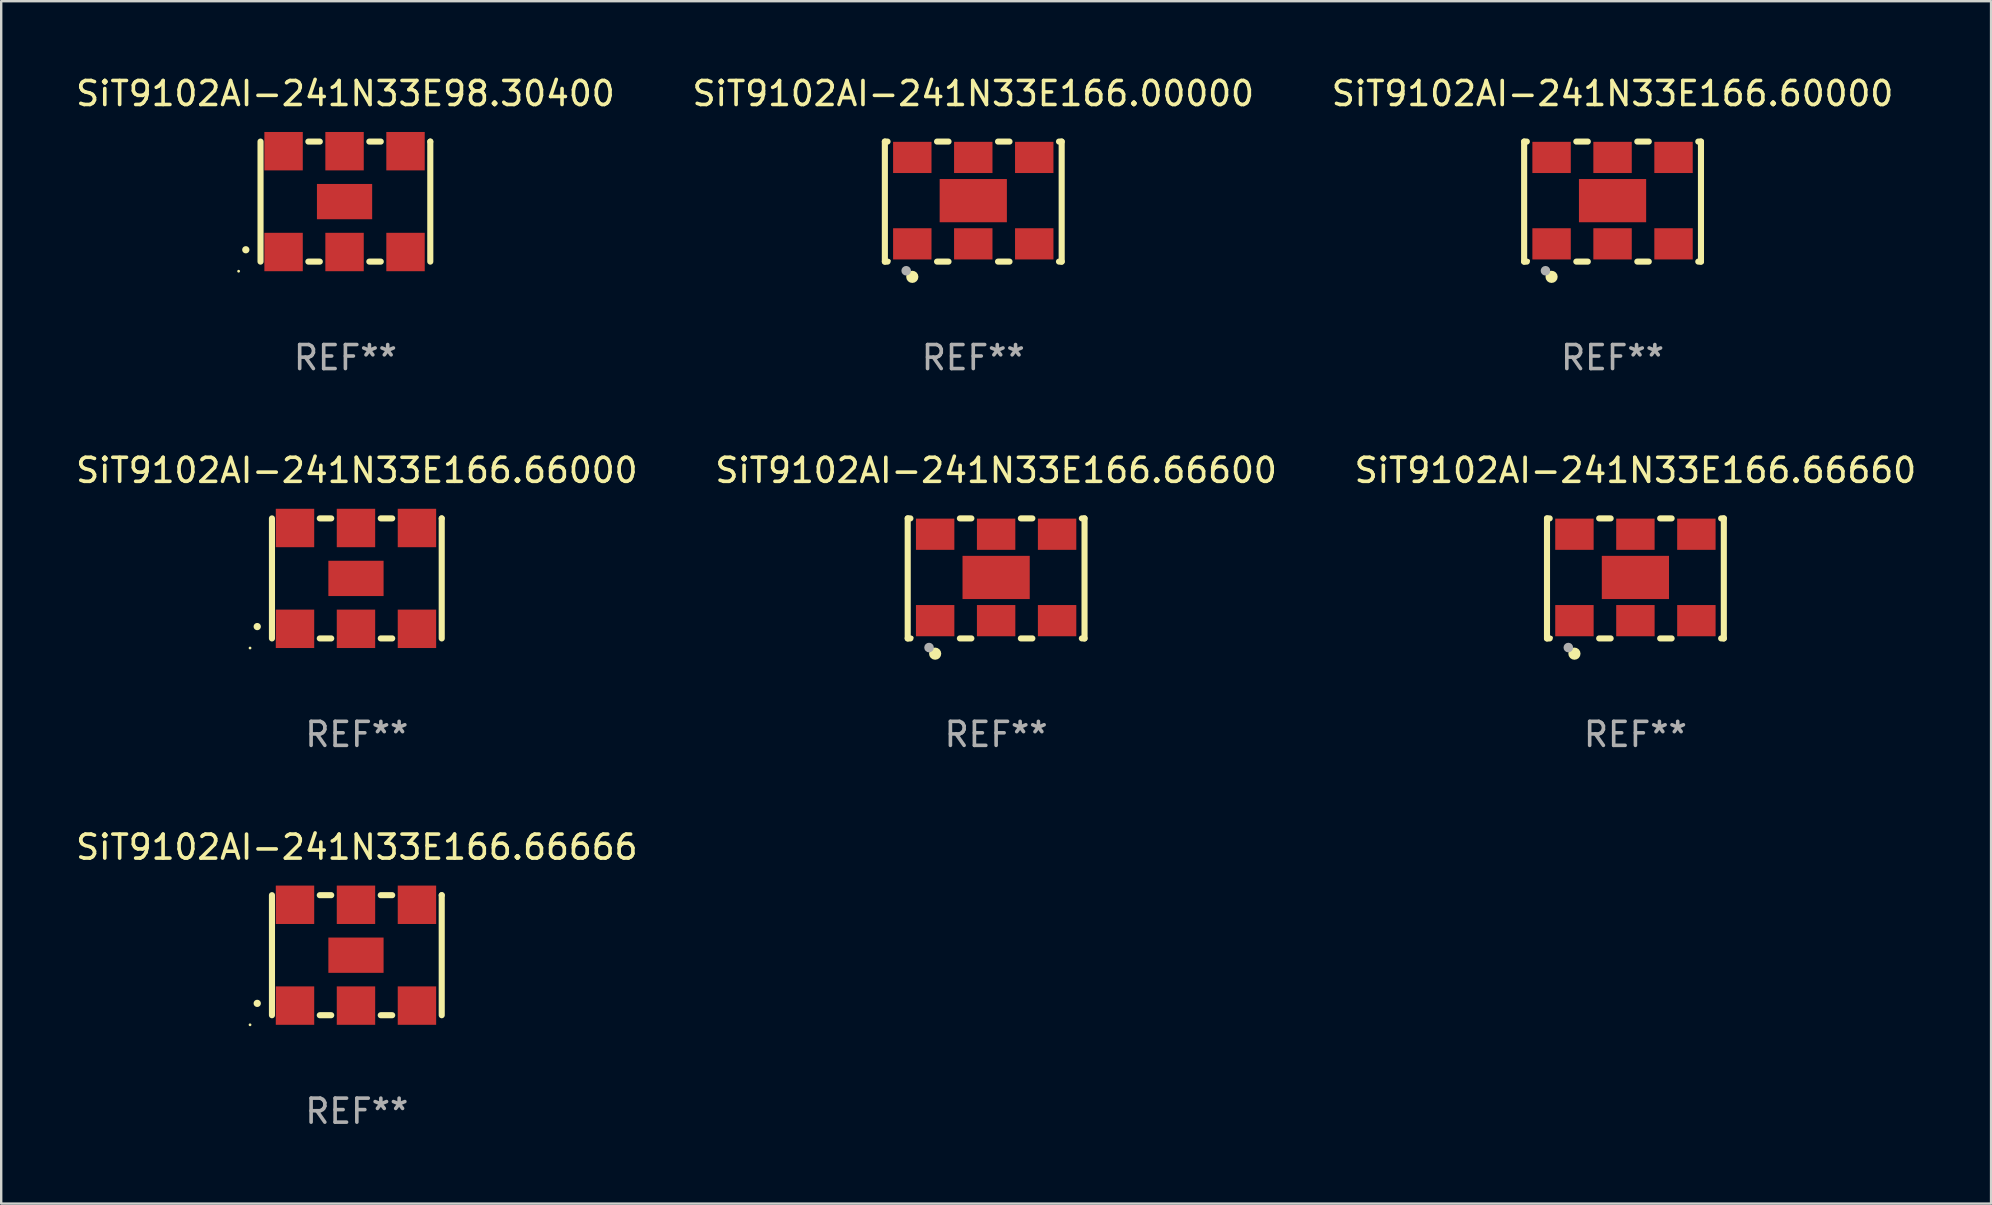
<source format=kicad_pcb>
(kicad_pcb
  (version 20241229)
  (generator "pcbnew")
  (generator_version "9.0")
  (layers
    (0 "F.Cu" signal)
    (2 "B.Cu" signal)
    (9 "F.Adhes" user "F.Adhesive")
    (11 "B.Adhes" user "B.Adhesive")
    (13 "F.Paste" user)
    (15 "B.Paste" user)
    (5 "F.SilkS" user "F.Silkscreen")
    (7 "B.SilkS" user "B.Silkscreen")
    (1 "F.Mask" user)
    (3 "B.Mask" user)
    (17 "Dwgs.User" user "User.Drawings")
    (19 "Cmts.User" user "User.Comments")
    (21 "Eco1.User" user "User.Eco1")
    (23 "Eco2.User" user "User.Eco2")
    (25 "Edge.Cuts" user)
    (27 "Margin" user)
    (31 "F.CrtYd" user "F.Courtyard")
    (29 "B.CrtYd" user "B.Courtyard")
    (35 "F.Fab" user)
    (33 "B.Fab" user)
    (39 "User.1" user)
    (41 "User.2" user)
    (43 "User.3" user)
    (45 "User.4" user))
  (footprint "SiT9102AI-241N33E166.60000"
    (layer "F.Cu")
    (at 64.125 5.348)
    (property "Reference" "SiT9102AI-241N33E166.60000" (at 0 -4.5 0) (layer "F.SilkS") (effects (font (size 1 1) (thickness 0.15))))
    (attr through_hole)
    (fp_line (start -3.683 -2.5) (end -3.571 -2.5) (stroke (width 0.254) (type solid)) (layer "F.SilkS"))
    (fp_line (start -3.683 2.5) (end -3.683 -2.5) (stroke (width 0.254) (type solid)) (layer "F.SilkS"))
    (fp_line (start -3.683 2.5) (end -3.571 2.5) (stroke (width 0.254) (type solid)) (layer "F.SilkS"))
    (fp_line (start -1.509 -2.5) (end -1.031 -2.5) (stroke (width 0.254) (type solid)) (layer "F.SilkS"))
    (fp_line (start -1.509 2.5) (end -1.031 2.5) (stroke (width 0.254) (type solid)) (layer "F.SilkS"))
    (fp_line (start 1.031 -2.5) (end 1.509 -2.5) (stroke (width 0.254) (type solid)) (layer "F.SilkS"))
    (fp_line (start 1.031 2.5) (end 1.509 2.5) (stroke (width 0.254) (type solid)) (layer "F.SilkS"))
    (fp_line (start 3.571 -2.5) (end 3.683 -2.5) (stroke (width 0.254) (type solid)) (layer "F.SilkS"))
    (fp_line (start 3.571 2.5) (end 3.683 2.5) (stroke (width 0.254) (type solid)) (layer "F.SilkS"))
    (fp_line (start 3.683 2.5) (end 3.683 -2.5) (stroke (width 0.254) (type solid)) (layer "F.SilkS"))
    (fp_circle (center -3.5 2.46) (end -3.47 2.46) (stroke (width 0.06) (type solid)) (fill no) (layer "F.SilkS"))
    (fp_circle (center -2.54 3.135) (end -2.413 3.135) (stroke (width 0.254) (type solid)) (fill no) (layer "F.SilkS"))
    (fp_circle (center -2.794 2.881) (end -2.694 2.881) (stroke (width 0.2) (type solid)) (fill no) (layer "F.Fab"))
    (fp_text user "REF**" (at 0 6.5 0) (layer "F.Fab") (effects (font (size 1 1) (thickness 0.15))))
    (pad "1" smd rect (at -2.54 1.76) (size 1.6 1.3) (layers "F.Cu" "F.Mask" "F.Paste"))
    (pad "2" smd rect (at 0 1.76) (size 1.6 1.3) (layers "F.Cu" "F.Mask" "F.Paste"))
    (pad "3" smd rect (at 2.54 1.76) (size 1.6 1.3) (layers "F.Cu" "F.Mask" "F.Paste"))
    (pad "4" smd rect (at 2.54 -1.84) (size 1.6 1.3) (layers "F.Cu" "F.Mask" "F.Paste"))
    (pad "5" smd rect (at 0 -1.84) (size 1.6 1.3) (layers "F.Cu" "F.Mask" "F.Paste"))
    (pad "6" smd rect (at -2.54 -1.84) (size 1.6 1.3) (layers "F.Cu" "F.Mask" "F.Paste"))
    (pad "7" smd rect (at 0 -0.04) (size 2.8 1.8) (layers "F.Cu" "F.Mask" "F.Paste")))
  (footprint "SiT9102AI-241N33E166.66666"
    (layer "F.Cu")
    (at 11.815 36.741)
    (property "Reference" "SiT9102AI-241N33E166.66666" (at 0 -4.5 0) (layer "F.SilkS") (effects (font (size 1 1) (thickness 0.15))))
    (attr through_hole)
    (fp_line (start -3.536 -2.5) (end -3.536 2.5) (stroke (width 0.254) (type solid)) (layer "F.SilkS"))
    (fp_line (start -1.544 2.5) (end -1.067 2.5) (stroke (width 0.254) (type solid)) (layer "F.SilkS"))
    (fp_line (start -1.067 -2.5) (end -1.544 -2.5) (stroke (width 0.254) (type solid)) (layer "F.SilkS"))
    (fp_line (start 0.996 2.5) (end 1.473 2.5) (stroke (width 0.254) (type solid)) (layer "F.SilkS"))
    (fp_line (start 1.473 -2.5) (end 0.996 -2.5) (stroke (width 0.254) (type solid)) (layer "F.SilkS"))
    (fp_line (start 3.536 -2.5) (end 3.536 -2.5) (stroke (width 0.254) (type solid)) (layer "F.SilkS"))
    (fp_line (start 3.536 2.5) (end 3.536 -2.5) (stroke (width 0.254) (type solid)) (layer "F.SilkS"))
    (fp_arc (start -4.150432 2.006604) (mid -4.149162 2.006599) (end -4.147892 2.006604) (stroke (width 0.3) (type solid)) (layer "F.SilkS"))
    (fp_circle (center -4.449 2.9) (end -4.419 2.9) (stroke (width 0.06) (type solid)) (fill no) (layer "F.SilkS"))
    (fp_text user "REF**" (at 0 6.5 0) (layer "F.Fab") (effects (font (size 1 1) (thickness 0.15))))
    (pad "1" smd rect (at -2.576 2.1) (size 1.6 1.6) (layers "F.Cu" "F.Mask" "F.Paste"))
    (pad "2" smd rect (at -0.036 2.1) (size 1.6 1.6) (layers "F.Cu" "F.Mask" "F.Paste"))
    (pad "3" smd rect (at 2.504 2.1) (size 1.6 1.6) (layers "F.Cu" "F.Mask" "F.Paste"))
    (pad "4" smd rect (at 2.504 -2.1) (size 1.6 1.6) (layers "F.Cu" "F.Mask" "F.Paste"))
    (pad "5" smd rect (at -0.036 -2.1) (size 1.6 1.6) (layers "F.Cu" "F.Mask" "F.Paste"))
    (pad "6" smd rect (at -2.576 -2.1) (size 1.6 1.6) (layers "F.Cu" "F.Mask" "F.Paste"))
    (pad "7" smd rect (at -0.036 0) (size 2.3 1.47) (layers "F.Cu" "F.Mask" "F.Paste")))
  (footprint "SiT9102AI-241N33E98.30400"
    (layer "F.Cu")
    (at 11.339 5.348)
    (property "Reference" "SiT9102AI-241N33E98.30400" (at 0 -4.5 0) (layer "F.SilkS") (effects (font (size 1 1) (thickness 0.15))))
    (attr through_hole)
    (fp_line (start -3.536 -2.5) (end -3.536 2.5) (stroke (width 0.254) (type solid)) (layer "F.SilkS"))
    (fp_line (start -1.544 2.5) (end -1.067 2.5) (stroke (width 0.254) (type solid)) (layer "F.SilkS"))
    (fp_line (start -1.067 -2.5) (end -1.544 -2.5) (stroke (width 0.254) (type solid)) (layer "F.SilkS"))
    (fp_line (start 0.996 2.5) (end 1.473 2.5) (stroke (width 0.254) (type solid)) (layer "F.SilkS"))
    (fp_line (start 1.473 -2.5) (end 0.996 -2.5) (stroke (width 0.254) (type solid)) (layer "F.SilkS"))
    (fp_line (start 3.536 -2.5) (end 3.536 -2.5) (stroke (width 0.254) (type solid)) (layer "F.SilkS"))
    (fp_line (start 3.536 2.5) (end 3.536 -2.5) (stroke (width 0.254) (type solid)) (layer "F.SilkS"))
    (fp_arc (start -4.150432 2.006604) (mid -4.149162 2.006599) (end -4.147892 2.006604) (stroke (width 0.3) (type solid)) (layer "F.SilkS"))
    (fp_circle (center -4.449 2.9) (end -4.419 2.9) (stroke (width 0.06) (type solid)) (fill no) (layer "F.SilkS"))
    (fp_text user "REF**" (at 0 6.5 0) (layer "F.Fab") (effects (font (size 1 1) (thickness 0.15))))
    (pad "1" smd rect (at -2.576 2.1) (size 1.6 1.6) (layers "F.Cu" "F.Mask" "F.Paste"))
    (pad "2" smd rect (at -0.036 2.1) (size 1.6 1.6) (layers "F.Cu" "F.Mask" "F.Paste"))
    (pad "3" smd rect (at 2.504 2.1) (size 1.6 1.6) (layers "F.Cu" "F.Mask" "F.Paste"))
    (pad "4" smd rect (at 2.504 -2.1) (size 1.6 1.6) (layers "F.Cu" "F.Mask" "F.Paste"))
    (pad "5" smd rect (at -0.036 -2.1) (size 1.6 1.6) (layers "F.Cu" "F.Mask" "F.Paste"))
    (pad "6" smd rect (at -2.576 -2.1) (size 1.6 1.6) (layers "F.Cu" "F.Mask" "F.Paste"))
    (pad "7" smd rect (at -0.036 0) (size 2.3 1.47) (layers "F.Cu" "F.Mask" "F.Paste")))
  (footprint "SiT9102AI-241N33E166.66000"
    (layer "F.Cu")
    (at 11.815 21.045)
    (property "Reference" "SiT9102AI-241N33E166.66000" (at 0 -4.5 0) (layer "F.SilkS") (effects (font (size 1 1) (thickness 0.15))))
    (attr through_hole)
    (fp_line (start -3.536 -2.5) (end -3.536 2.5) (stroke (width 0.254) (type solid)) (layer "F.SilkS"))
    (fp_line (start -1.544 2.5) (end -1.067 2.5) (stroke (width 0.254) (type solid)) (layer "F.SilkS"))
    (fp_line (start -1.067 -2.5) (end -1.544 -2.5) (stroke (width 0.254) (type solid)) (layer "F.SilkS"))
    (fp_line (start 0.996 2.5) (end 1.473 2.5) (stroke (width 0.254) (type solid)) (layer "F.SilkS"))
    (fp_line (start 1.473 -2.5) (end 0.996 -2.5) (stroke (width 0.254) (type solid)) (layer "F.SilkS"))
    (fp_line (start 3.536 -2.5) (end 3.536 -2.5) (stroke (width 0.254) (type solid)) (layer "F.SilkS"))
    (fp_line (start 3.536 2.5) (end 3.536 -2.5) (stroke (width 0.254) (type solid)) (layer "F.SilkS"))
    (fp_arc (start -4.150432 2.006604) (mid -4.149162 2.006599) (end -4.147892 2.006604) (stroke (width 0.3) (type solid)) (layer "F.SilkS"))
    (fp_circle (center -4.449 2.9) (end -4.419 2.9) (stroke (width 0.06) (type solid)) (fill no) (layer "F.SilkS"))
    (fp_text user "REF**" (at 0 6.5 0) (layer "F.Fab") (effects (font (size 1 1) (thickness 0.15))))
    (pad "1" smd rect (at -2.576 2.1) (size 1.6 1.6) (layers "F.Cu" "F.Mask" "F.Paste"))
    (pad "2" smd rect (at -0.036 2.1) (size 1.6 1.6) (layers "F.Cu" "F.Mask" "F.Paste"))
    (pad "3" smd rect (at 2.504 2.1) (size 1.6 1.6) (layers "F.Cu" "F.Mask" "F.Paste"))
    (pad "4" smd rect (at 2.504 -2.1) (size 1.6 1.6) (layers "F.Cu" "F.Mask" "F.Paste"))
    (pad "5" smd rect (at -0.036 -2.1) (size 1.6 1.6) (layers "F.Cu" "F.Mask" "F.Paste"))
    (pad "6" smd rect (at -2.576 -2.1) (size 1.6 1.6) (layers "F.Cu" "F.Mask" "F.Paste"))
    (pad "7" smd rect (at -0.036 0) (size 2.3 1.47) (layers "F.Cu" "F.Mask" "F.Paste")))
  (footprint "SiT9102AI-241N33E166.00000"
    (layer "F.Cu")
    (at 37.494 5.348)
    (property "Reference" "SiT9102AI-241N33E166.00000" (at 0 -4.5 0) (layer "F.SilkS") (effects (font (size 1 1) (thickness 0.15))))
    (attr through_hole)
    (fp_line (start -3.683 -2.5) (end -3.571 -2.5) (stroke (width 0.254) (type solid)) (layer "F.SilkS"))
    (fp_line (start -3.683 2.5) (end -3.683 -2.5) (stroke (width 0.254) (type solid)) (layer "F.SilkS"))
    (fp_line (start -3.683 2.5) (end -3.571 2.5) (stroke (width 0.254) (type solid)) (layer "F.SilkS"))
    (fp_line (start -1.509 -2.5) (end -1.031 -2.5) (stroke (width 0.254) (type solid)) (layer "F.SilkS"))
    (fp_line (start -1.509 2.5) (end -1.031 2.5) (stroke (width 0.254) (type solid)) (layer "F.SilkS"))
    (fp_line (start 1.031 -2.5) (end 1.509 -2.5) (stroke (width 0.254) (type solid)) (layer "F.SilkS"))
    (fp_line (start 1.031 2.5) (end 1.509 2.5) (stroke (width 0.254) (type solid)) (layer "F.SilkS"))
    (fp_line (start 3.571 -2.5) (end 3.683 -2.5) (stroke (width 0.254) (type solid)) (layer "F.SilkS"))
    (fp_line (start 3.571 2.5) (end 3.683 2.5) (stroke (width 0.254) (type solid)) (layer "F.SilkS"))
    (fp_line (start 3.683 2.5) (end 3.683 -2.5) (stroke (width 0.254) (type solid)) (layer "F.SilkS"))
    (fp_circle (center -3.5 2.46) (end -3.47 2.46) (stroke (width 0.06) (type solid)) (fill no) (layer "F.SilkS"))
    (fp_circle (center -2.54 3.135) (end -2.413 3.135) (stroke (width 0.254) (type solid)) (fill no) (layer "F.SilkS"))
    (fp_circle (center -2.794 2.881) (end -2.694 2.881) (stroke (width 0.2) (type solid)) (fill no) (layer "F.Fab"))
    (fp_text user "REF**" (at 0 6.5 0) (layer "F.Fab") (effects (font (size 1 1) (thickness 0.15))))
    (pad "1" smd rect (at -2.54 1.76) (size 1.6 1.3) (layers "F.Cu" "F.Mask" "F.Paste"))
    (pad "2" smd rect (at 0 1.76) (size 1.6 1.3) (layers "F.Cu" "F.Mask" "F.Paste"))
    (pad "3" smd rect (at 2.54 1.76) (size 1.6 1.3) (layers "F.Cu" "F.Mask" "F.Paste"))
    (pad "4" smd rect (at 2.54 -1.84) (size 1.6 1.3) (layers "F.Cu" "F.Mask" "F.Paste"))
    (pad "5" smd rect (at 0 -1.84) (size 1.6 1.3) (layers "F.Cu" "F.Mask" "F.Paste"))
    (pad "6" smd rect (at -2.54 -1.84) (size 1.6 1.3) (layers "F.Cu" "F.Mask" "F.Paste"))
    (pad "7" smd rect (at 0 -0.04) (size 2.8 1.8) (layers "F.Cu" "F.Mask" "F.Paste")))
  (footprint "SiT9102AI-241N33E166.66600"
    (layer "F.Cu")
    (at 38.446 21.045)
    (property "Reference" "SiT9102AI-241N33E166.66600" (at 0 -4.5 0) (layer "F.SilkS") (effects (font (size 1 1) (thickness 0.15))))
    (attr through_hole)
    (fp_line (start -3.683 -2.5) (end -3.571 -2.5) (stroke (width 0.254) (type solid)) (layer "F.SilkS"))
    (fp_line (start -3.683 2.5) (end -3.683 -2.5) (stroke (width 0.254) (type solid)) (layer "F.SilkS"))
    (fp_line (start -3.683 2.5) (end -3.571 2.5) (stroke (width 0.254) (type solid)) (layer "F.SilkS"))
    (fp_line (start -1.509 -2.5) (end -1.031 -2.5) (stroke (width 0.254) (type solid)) (layer "F.SilkS"))
    (fp_line (start -1.509 2.5) (end -1.031 2.5) (stroke (width 0.254) (type solid)) (layer "F.SilkS"))
    (fp_line (start 1.031 -2.5) (end 1.509 -2.5) (stroke (width 0.254) (type solid)) (layer "F.SilkS"))
    (fp_line (start 1.031 2.5) (end 1.509 2.5) (stroke (width 0.254) (type solid)) (layer "F.SilkS"))
    (fp_line (start 3.571 -2.5) (end 3.683 -2.5) (stroke (width 0.254) (type solid)) (layer "F.SilkS"))
    (fp_line (start 3.571 2.5) (end 3.683 2.5) (stroke (width 0.254) (type solid)) (layer "F.SilkS"))
    (fp_line (start 3.683 2.5) (end 3.683 -2.5) (stroke (width 0.254) (type solid)) (layer "F.SilkS"))
    (fp_circle (center -3.5 2.46) (end -3.47 2.46) (stroke (width 0.06) (type solid)) (fill no) (layer "F.SilkS"))
    (fp_circle (center -2.54 3.135) (end -2.413 3.135) (stroke (width 0.254) (type solid)) (fill no) (layer "F.SilkS"))
    (fp_circle (center -2.794 2.881) (end -2.694 2.881) (stroke (width 0.2) (type solid)) (fill no) (layer "F.Fab"))
    (fp_text user "REF**" (at 0 6.5 0) (layer "F.Fab") (effects (font (size 1 1) (thickness 0.15))))
    (pad "1" smd rect (at -2.54 1.76) (size 1.6 1.3) (layers "F.Cu" "F.Mask" "F.Paste"))
    (pad "2" smd rect (at 0 1.76) (size 1.6 1.3) (layers "F.Cu" "F.Mask" "F.Paste"))
    (pad "3" smd rect (at 2.54 1.76) (size 1.6 1.3) (layers "F.Cu" "F.Mask" "F.Paste"))
    (pad "4" smd rect (at 2.54 -1.84) (size 1.6 1.3) (layers "F.Cu" "F.Mask" "F.Paste"))
    (pad "5" smd rect (at 0 -1.84) (size 1.6 1.3) (layers "F.Cu" "F.Mask" "F.Paste"))
    (pad "6" smd rect (at -2.54 -1.84) (size 1.6 1.3) (layers "F.Cu" "F.Mask" "F.Paste"))
    (pad "7" smd rect (at 0 -0.04) (size 2.8 1.8) (layers "F.Cu" "F.Mask" "F.Paste")))
  (footprint "SiT9102AI-241N33E166.66660"
    (layer "F.Cu")
    (at 65.077 21.045)
    (property "Reference" "SiT9102AI-241N33E166.66660" (at 0 -4.5 0) (layer "F.SilkS") (effects (font (size 1 1) (thickness 0.15))))
    (attr through_hole)
    (fp_line (start -3.683 -2.5) (end -3.571 -2.5) (stroke (width 0.254) (type solid)) (layer "F.SilkS"))
    (fp_line (start -3.683 2.5) (end -3.683 -2.5) (stroke (width 0.254) (type solid)) (layer "F.SilkS"))
    (fp_line (start -3.683 2.5) (end -3.571 2.5) (stroke (width 0.254) (type solid)) (layer "F.SilkS"))
    (fp_line (start -1.509 -2.5) (end -1.031 -2.5) (stroke (width 0.254) (type solid)) (layer "F.SilkS"))
    (fp_line (start -1.509 2.5) (end -1.031 2.5) (stroke (width 0.254) (type solid)) (layer "F.SilkS"))
    (fp_line (start 1.031 -2.5) (end 1.509 -2.5) (stroke (width 0.254) (type solid)) (layer "F.SilkS"))
    (fp_line (start 1.031 2.5) (end 1.509 2.5) (stroke (width 0.254) (type solid)) (layer "F.SilkS"))
    (fp_line (start 3.571 -2.5) (end 3.683 -2.5) (stroke (width 0.254) (type solid)) (layer "F.SilkS"))
    (fp_line (start 3.571 2.5) (end 3.683 2.5) (stroke (width 0.254) (type solid)) (layer "F.SilkS"))
    (fp_line (start 3.683 2.5) (end 3.683 -2.5) (stroke (width 0.254) (type solid)) (layer "F.SilkS"))
    (fp_circle (center -3.5 2.46) (end -3.47 2.46) (stroke (width 0.06) (type solid)) (fill no) (layer "F.SilkS"))
    (fp_circle (center -2.54 3.135) (end -2.413 3.135) (stroke (width 0.254) (type solid)) (fill no) (layer "F.SilkS"))
    (fp_circle (center -2.794 2.881) (end -2.694 2.881) (stroke (width 0.2) (type solid)) (fill no) (layer "F.Fab"))
    (fp_text user "REF**" (at 0 6.5 0) (layer "F.Fab") (effects (font (size 1 1) (thickness 0.15))))
    (pad "1" smd rect (at -2.54 1.76) (size 1.6 1.3) (layers "F.Cu" "F.Mask" "F.Paste"))
    (pad "2" smd rect (at 0 1.76) (size 1.6 1.3) (layers "F.Cu" "F.Mask" "F.Paste"))
    (pad "3" smd rect (at 2.54 1.76) (size 1.6 1.3) (layers "F.Cu" "F.Mask" "F.Paste"))
    (pad "4" smd rect (at 2.54 -1.84) (size 1.6 1.3) (layers "F.Cu" "F.Mask" "F.Paste"))
    (pad "5" smd rect (at 0 -1.84) (size 1.6 1.3) (layers "F.Cu" "F.Mask" "F.Paste"))
    (pad "6" smd rect (at -2.54 -1.84) (size 1.6 1.3) (layers "F.Cu" "F.Mask" "F.Paste"))
    (pad "7" smd rect (at 0 -0.04) (size 2.8 1.8) (layers "F.Cu" "F.Mask" "F.Paste")))
  (gr_rect
    (start -3 -3)
    (end 79.893 47.09)
    (stroke (width 0.1) (type default))
    (fill no)
    (layer "Edge.Cuts")))
</source>
